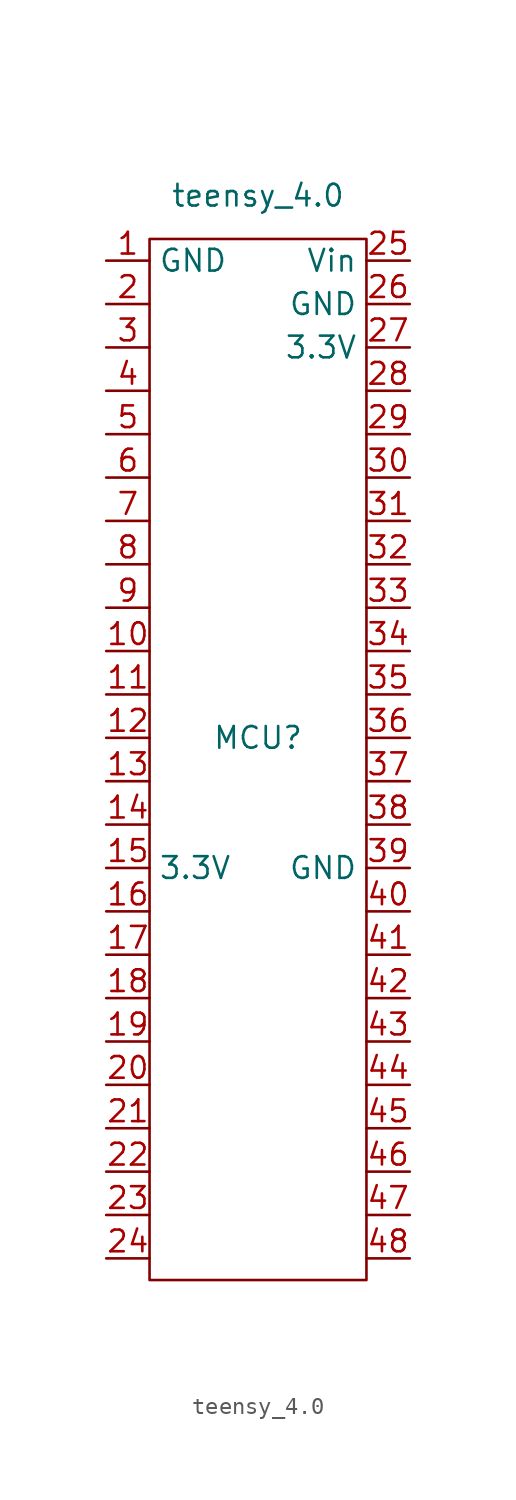
<source format=kicad_sym>
(kicad_symbol_lib
  (version 20211014)
  (generator kicad_symbol_editor)
  (symbol "teensy_4.0"
    (property "Reference" "MCU"
      (at 0 2.54 0)
      (effects (font (size 1.27 1.27))))
    (property "Value" "teensy_4.0"
      (at 0 34.29 0)
      (effects (font (size 1.27 1.27))))
    (symbol "teensy_4.0_0_1"
      (rectangle (start -6.35 31.75) (end 6.35 -29.21) (stroke (width 0) (type default) (color 0 0 0 0)) (fill (type none))))
    (symbol "teensy_4.0_1_1"
      (pin bidirectional line (at -8.89 30.48 0) (length 2.54) (name "GND" (effects (font (size 1.27 1.27)))) (number "1" (effects (font (size 1.27 1.27)))))
      (pin output line (at -8.89 7.62 0) (length 2.54) (name "" (effects (font (size 1.27 1.27)))) (number "10" (effects (font (size 1.27 1.27)))))
      (pin output line (at -8.89 5.08 0) (length 2.54) (name "" (effects (font (size 1.27 1.27)))) (number "11" (effects (font (size 1.27 1.27)))))
      (pin output line (at -8.89 2.54 0) (length 2.54) (name "" (effects (font (size 1.27 1.27)))) (number "12" (effects (font (size 1.27 1.27)))))
      (pin output line (at -8.89 0 0) (length 2.54) (name "" (effects (font (size 1.27 1.27)))) (number "13" (effects (font (size 1.27 1.27)))))
      (pin output line (at -8.89 -2.54 0) (length 2.54) (name "" (effects (font (size 1.27 1.27)))) (number "14" (effects (font (size 1.27 1.27)))))
      (pin power_out line (at -8.89 -5.08 0) (length 2.54) (name "3.3V" (effects (font (size 1.27 1.27)))) (number "15" (effects (font (size 1.27 1.27)))))
      (pin output line (at -8.89 -7.62 0) (length 2.54) (name "" (effects (font (size 1.27 1.27)))) (number "16" (effects (font (size 1.27 1.27)))))
      (pin output line (at -8.89 -10.16 0) (length 2.54) (name "" (effects (font (size 1.27 1.27)))) (number "17" (effects (font (size 1.27 1.27)))))
      (pin output line (at -8.89 -12.7 0) (length 2.54) (name "" (effects (font (size 1.27 1.27)))) (number "18" (effects (font (size 1.27 1.27)))))
      (pin output line (at -8.89 -15.24 0) (length 2.54) (name "" (effects (font (size 1.27 1.27)))) (number "19" (effects (font (size 1.27 1.27)))))
      (pin output line (at -8.89 27.94 0) (length 2.54) (name "" (effects (font (size 1.27 1.27)))) (number "2" (effects (font (size 1.27 1.27)))))
      (pin output line (at -8.89 -17.78 0) (length 2.54) (name "" (effects (font (size 1.27 1.27)))) (number "20" (effects (font (size 1.27 1.27)))))
      (pin output line (at -8.89 -20.32 0) (length 2.54) (name "" (effects (font (size 1.27 1.27)))) (number "21" (effects (font (size 1.27 1.27)))))
      (pin output line (at -8.89 -22.86 0) (length 2.54) (name "" (effects (font (size 1.27 1.27)))) (number "22" (effects (font (size 1.27 1.27)))))
      (pin output line (at -8.89 -25.4 0) (length 2.54) (name "" (effects (font (size 1.27 1.27)))) (number "23" (effects (font (size 1.27 1.27)))))
      (pin output line (at -8.89 -27.94 0) (length 2.54) (name "" (effects (font (size 1.27 1.27)))) (number "24" (effects (font (size 1.27 1.27)))))
      (pin power_in line (at 8.89 30.48 180) (length 2.54) (name "Vin" (effects (font (size 1.27 1.27)))) (number "25" (effects (font (size 1.27 1.27)))))
      (pin bidirectional line (at 8.89 27.94 180) (length 2.54) (name "GND" (effects (font (size 1.27 1.27)))) (number "26" (effects (font (size 1.27 1.27)))))
      (pin power_out line (at 8.89 25.4 180) (length 2.54) (name "3.3V" (effects (font (size 1.27 1.27)))) (number "27" (effects (font (size 1.27 1.27)))))
      (pin output line (at 8.89 22.86 180) (length 2.54) (name "" (effects (font (size 1.27 1.27)))) (number "28" (effects (font (size 1.27 1.27)))))
      (pin output line (at 8.89 20.32 180) (length 2.54) (name "" (effects (font (size 1.27 1.27)))) (number "29" (effects (font (size 1.27 1.27)))))
      (pin output line (at -8.89 25.4 0) (length 2.54) (name "" (effects (font (size 1.27 1.27)))) (number "3" (effects (font (size 1.27 1.27)))))
      (pin output line (at 8.89 17.78 180) (length 2.54) (name "" (effects (font (size 1.27 1.27)))) (number "30" (effects (font (size 1.27 1.27)))))
      (pin output line (at 8.89 15.24 180) (length 2.54) (name "" (effects (font (size 1.27 1.27)))) (number "31" (effects (font (size 1.27 1.27)))))
      (pin output line (at 8.89 12.7 180) (length 2.54) (name "" (effects (font (size 1.27 1.27)))) (number "32" (effects (font (size 1.27 1.27)))))
      (pin output line (at 8.89 10.16 180) (length 2.54) (name "" (effects (font (size 1.27 1.27)))) (number "33" (effects (font (size 1.27 1.27)))))
      (pin output line (at 8.89 7.62 180) (length 2.54) (name "" (effects (font (size 1.27 1.27)))) (number "34" (effects (font (size 1.27 1.27)))))
      (pin output line (at 8.89 5.08 180) (length 2.54) (name "" (effects (font (size 1.27 1.27)))) (number "35" (effects (font (size 1.27 1.27)))))
      (pin output line (at 8.89 2.54 180) (length 2.54) (name "" (effects (font (size 1.27 1.27)))) (number "36" (effects (font (size 1.27 1.27)))))
      (pin output line (at 8.89 0 180) (length 2.54) (name "" (effects (font (size 1.27 1.27)))) (number "37" (effects (font (size 1.27 1.27)))))
      (pin output line (at 8.89 -2.54 180) (length 2.54) (name "" (effects (font (size 1.27 1.27)))) (number "38" (effects (font (size 1.27 1.27)))))
      (pin bidirectional line (at 8.89 -5.08 180) (length 2.54) (name "GND" (effects (font (size 1.27 1.27)))) (number "39" (effects (font (size 1.27 1.27)))))
      (pin output line (at -8.89 22.86 0) (length 2.54) (name "" (effects (font (size 1.27 1.27)))) (number "4" (effects (font (size 1.27 1.27)))))
      (pin output line (at 8.89 -7.62 180) (length 2.54) (name "" (effects (font (size 1.27 1.27)))) (number "40" (effects (font (size 1.27 1.27)))))
      (pin output line (at 8.89 -10.16 180) (length 2.54) (name "" (effects (font (size 1.27 1.27)))) (number "41" (effects (font (size 1.27 1.27)))))
      (pin output line (at 8.89 -12.7 180) (length 2.54) (name "" (effects (font (size 1.27 1.27)))) (number "42" (effects (font (size 1.27 1.27)))))
      (pin output line (at 8.89 -15.24 180) (length 2.54) (name "" (effects (font (size 1.27 1.27)))) (number "43" (effects (font (size 1.27 1.27)))))
      (pin output line (at 8.89 -17.78 180) (length 2.54) (name "" (effects (font (size 1.27 1.27)))) (number "44" (effects (font (size 1.27 1.27)))))
      (pin output line (at 8.89 -20.32 180) (length 2.54) (name "" (effects (font (size 1.27 1.27)))) (number "45" (effects (font (size 1.27 1.27)))))
      (pin output line (at 8.89 -22.86 180) (length 2.54) (name "" (effects (font (size 1.27 1.27)))) (number "46" (effects (font (size 1.27 1.27)))))
      (pin output line (at 8.89 -25.4 180) (length 2.54) (name "" (effects (font (size 1.27 1.27)))) (number "47" (effects (font (size 1.27 1.27)))))
      (pin output line (at 8.89 -27.94 180) (length 2.54) (name "" (effects (font (size 1.27 1.27)))) (number "48" (effects (font (size 1.27 1.27)))))
      (pin output line (at -8.89 20.32 0) (length 2.54) (name "" (effects (font (size 1.27 1.27)))) (number "5" (effects (font (size 1.27 1.27)))))
      (pin output line (at -8.89 17.78 0) (length 2.54) (name "" (effects (font (size 1.27 1.27)))) (number "6" (effects (font (size 1.27 1.27)))))
      (pin output line (at -8.89 15.24 0) (length 2.54) (name "" (effects (font (size 1.27 1.27)))) (number "7" (effects (font (size 1.27 1.27)))))
      (pin output line (at -8.89 12.7 0) (length 2.54) (name "" (effects (font (size 1.27 1.27)))) (number "8" (effects (font (size 1.27 1.27)))))
      (pin output line (at -8.89 10.16 0) (length 2.54) (name "" (effects (font (size 1.27 1.27)))) (number "9" (effects (font (size 1.27 1.27))))))))
</source>
